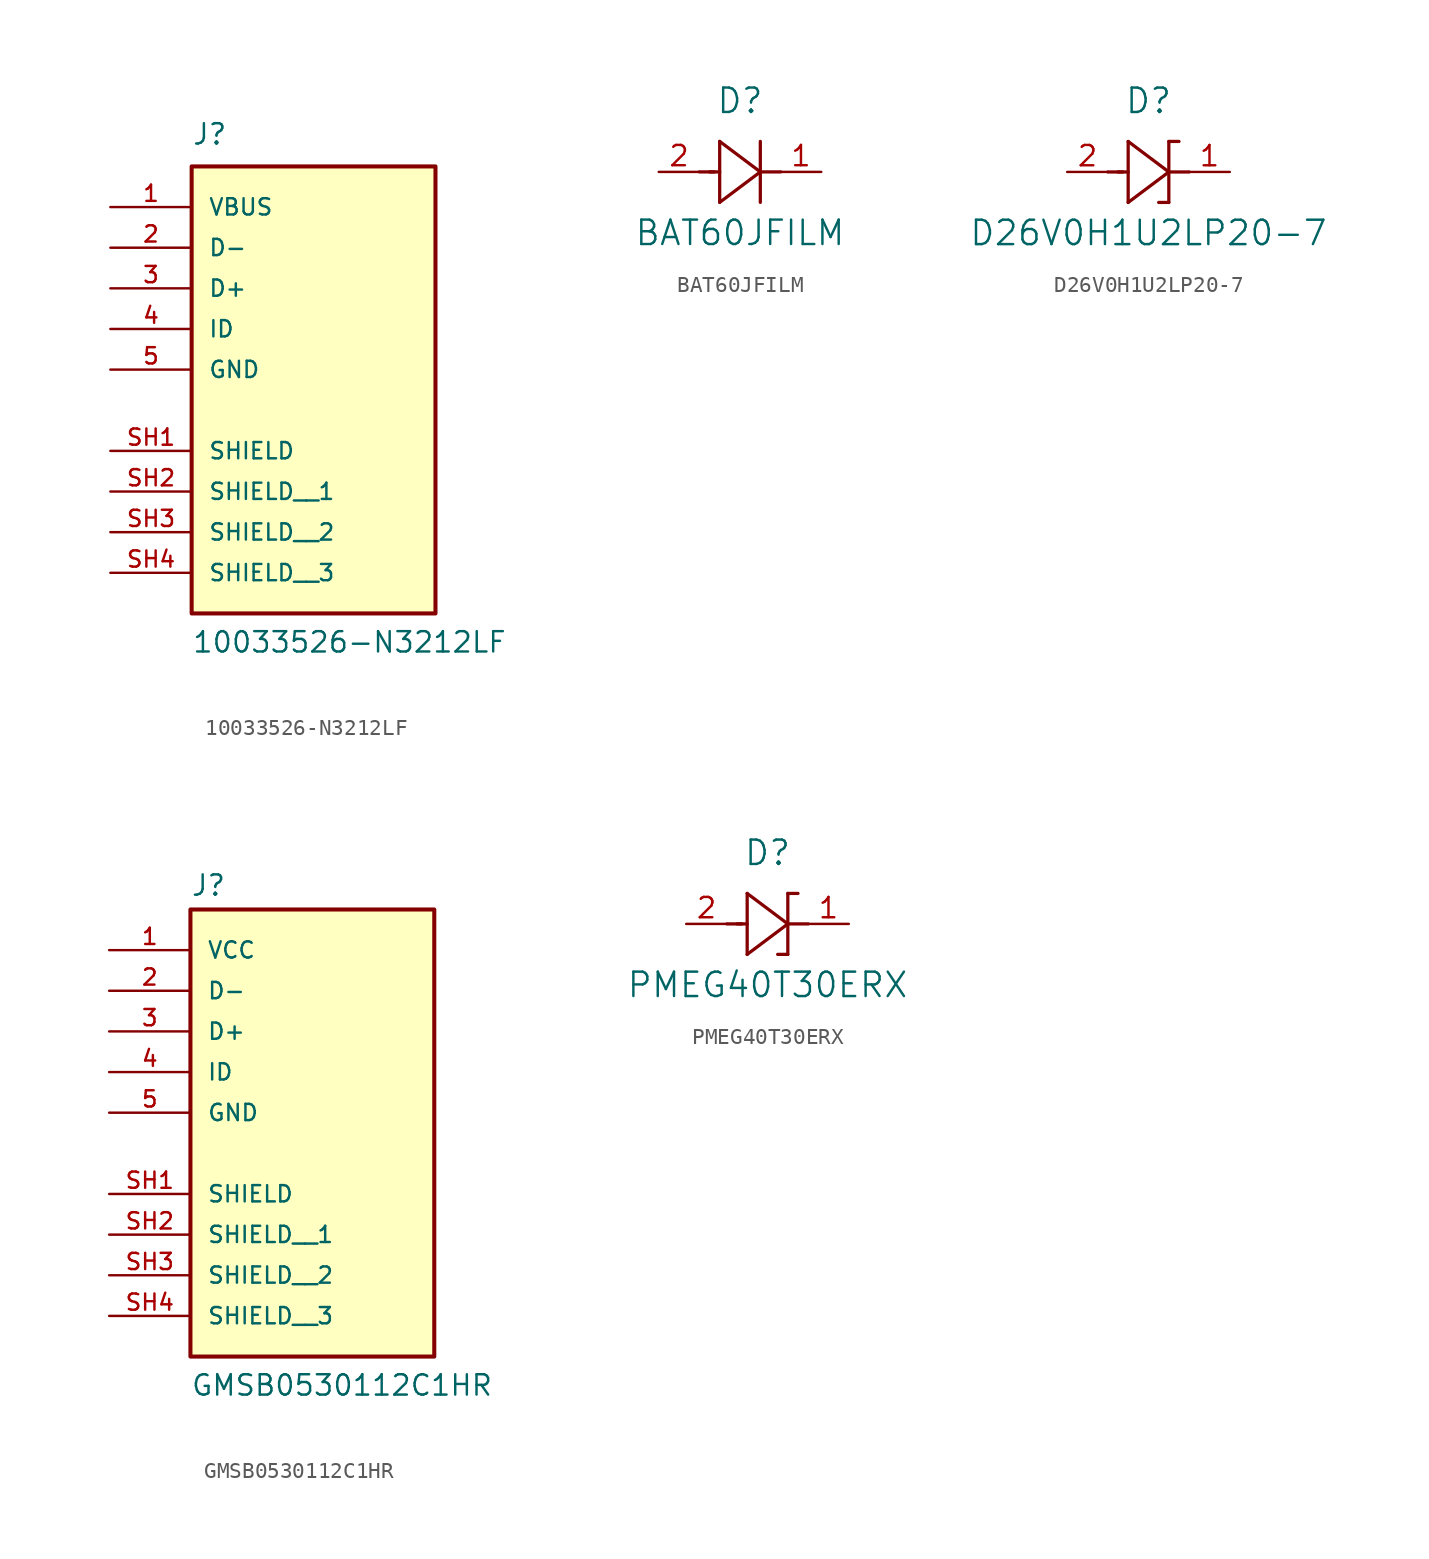
<source format=kicad_sym>
(kicad_symbol_lib
  (version 20220914)
  (generator kicad_symbol_editor)
  (symbol "10033526-N3212LF"
    (pin_names
      (offset 1.016))
    (property "Reference" "J"
      (at -7.62 11.43 0)
      (effects (font (size 1.27 1.27)) (justify left bottom)))
    (property "Value" "10033526-N3212LF"
      (at -7.62 -20.32 0)
      (effects (font (size 1.27 1.27)) (justify left bottom)))
    (symbol "10033526-N3212LF_0_0"
      (rectangle (start -7.62 -17.78) (end 7.62 10.16) (stroke (width 0.254) (type default)) (fill (type background)))
      (pin power_in line (at -12.7 7.62 0) (length 5.08) (name "VBUS" (effects (font (size 1.016 1.016)))) (number "1" (effects (font (size 1.016 1.016)))))
      (pin bidirectional line (at -12.7 5.08 0) (length 5.08) (name "D-" (effects (font (size 1.016 1.016)))) (number "2" (effects (font (size 1.016 1.016)))))
      (pin bidirectional line (at -12.7 2.54 0) (length 5.08) (name "D+" (effects (font (size 1.016 1.016)))) (number "3" (effects (font (size 1.016 1.016)))))
      (pin bidirectional line (at -12.7 0 0) (length 5.08) (name "ID" (effects (font (size 1.016 1.016)))) (number "4" (effects (font (size 1.016 1.016)))))
      (pin power_in line (at -12.7 -2.54 0) (length 5.08) (name "GND" (effects (font (size 1.016 1.016)))) (number "5" (effects (font (size 1.016 1.016)))))
      (pin passive line (at -12.7 -7.62 0) (length 5.08) (name "SHIELD" (effects (font (size 1.016 1.016)))) (number "SH1" (effects (font (size 1.016 1.016)))))
      (pin passive line (at -12.7 -10.16 0) (length 5.08) (name "SHIELD__1" (effects (font (size 1.016 1.016)))) (number "SH2" (effects (font (size 1.016 1.016)))))
      (pin passive line (at -12.7 -12.7 0) (length 5.08) (name "SHIELD__2" (effects (font (size 1.016 1.016)))) (number "SH3" (effects (font (size 1.016 1.016)))))
      (pin passive line (at -12.7 -15.24 0) (length 5.08) (name "SHIELD__3" (effects (font (size 1.016 1.016)))) (number "SH4" (effects (font (size 1.016 1.016)))))))
  (symbol "BAT60JFILM"
    (pin_names
      (offset 0.254))
    (property "Reference" "D"
      (at 5.08 4.445 0)
      (effects (font (size 1.524 1.524))))
    (property "Value" "BAT60JFILM"
      (at 5.08 -3.81 0)
      (effects (font (size 1.524 1.524))))
    (property "ki_locked" ""
      (at 0 0 0)
      (effects (font (size 1.27 1.27))))
    (symbol "BAT60JFILM_0_1"
      (polyline (pts (xy 2.54 0) (xy 3.48 0)) (stroke (width 0.203) (type default)) (fill (type none)))
      (polyline (pts (xy 3.175 0) (xy 3.81 0)) (stroke (width 0.203) (type default)) (fill (type none)))
      (polyline (pts (xy 3.81 -1.905) (xy 6.35 0)) (stroke (width 0.203) (type default)) (fill (type none)))
      (polyline (pts (xy 3.81 1.905) (xy 3.81 -1.905)) (stroke (width 0.203) (type default)) (fill (type none)))
      (polyline (pts (xy 6.35 -1.905) (xy 6.35 1.905)) (stroke (width 0.203) (type default)) (fill (type none)))
      (polyline (pts (xy 6.35 0) (xy 3.81 1.905)) (stroke (width 0.203) (type default)) (fill (type none)))
      (polyline (pts (xy 6.35 0) (xy 7.62 0)) (stroke (width 0.203) (type default)) (fill (type none))))
    (symbol "BAT60JFILM_1_1"
      (pin passive line (at 10.16 0 180) (length 2.54) (name "" (effects (font (size 1.27 1.27)))) (number "1" (effects (font (size 1.27 1.27)))))
      (pin passive line (at 0 0 0) (length 2.54) (name "" (effects (font (size 1.27 1.27)))) (number "2" (effects (font (size 1.27 1.27)))))))
  (symbol "D26V0H1U2LP20-7"
    (pin_names
      (offset 0.254))
    (property "Reference" "D"
      (at 5.08 4.445 0)
      (effects (font (size 1.524 1.524))))
    (property "Value" "D26V0H1U2LP20-7"
      (at 5.08 -3.81 0)
      (effects (font (size 1.524 1.524))))
    (property "ki_locked" ""
      (at 0 0 0)
      (effects (font (size 1.27 1.27))))
    (symbol "D26V0H1U2LP20-7_0_1"
      (polyline (pts (xy 2.54 0) (xy 3.48 0)) (stroke (width 0.203) (type default)) (fill (type none)))
      (polyline (pts (xy 3.175 0) (xy 3.81 0)) (stroke (width 0.203) (type default)) (fill (type none)))
      (polyline (pts (xy 3.81 -1.905) (xy 6.35 0)) (stroke (width 0.203) (type default)) (fill (type none)))
      (polyline (pts (xy 3.81 1.905) (xy 3.81 -1.905)) (stroke (width 0.203) (type default)) (fill (type none)))
      (polyline (pts (xy 6.35 -1.905) (xy 5.715 -1.905)) (stroke (width 0.203) (type default)) (fill (type none)))
      (polyline (pts (xy 6.35 -1.905) (xy 6.35 1.905)) (stroke (width 0.203) (type default)) (fill (type none)))
      (polyline (pts (xy 6.35 0) (xy 3.81 1.905)) (stroke (width 0.203) (type default)) (fill (type none)))
      (polyline (pts (xy 6.35 0) (xy 7.62 0)) (stroke (width 0.203) (type default)) (fill (type none)))
      (polyline (pts (xy 6.35 1.905) (xy 6.985 1.905)) (stroke (width 0.203) (type default)) (fill (type none))))
    (symbol "D26V0H1U2LP20-7_1_1"
      (pin passive line (at 10.16 0 180) (length 2.54) (name "" (effects (font (size 1.27 1.27)))) (number "1" (effects (font (size 1.27 1.27)))))
      (pin passive line (at 0 0 0) (length 2.54) (name "" (effects (font (size 1.27 1.27)))) (number "2" (effects (font (size 1.27 1.27)))))))
  (symbol "GMSB0530112C1HR"
    (pin_names
      (offset 1.016))
    (property "Reference" "J"
      (at -7.62 10.922 0)
      (effects (font (size 1.27 1.27)) (justify left bottom)))
    (property "Value" "GMSB0530112C1HR"
      (at -7.62 -20.32 0)
      (effects (font (size 1.27 1.27)) (justify left bottom)))
    (symbol "GMSB0530112C1HR_0_0"
      (rectangle (start -7.62 -17.78) (end 7.62 10.16) (stroke (width 0.254) (type default)) (fill (type background)))
      (pin power_in line (at -12.7 7.62 0) (length 5.08) (name "VCC" (effects (font (size 1.016 1.016)))) (number "1" (effects (font (size 1.016 1.016)))))
      (pin bidirectional line (at -12.7 5.08 0) (length 5.08) (name "D-" (effects (font (size 1.016 1.016)))) (number "2" (effects (font (size 1.016 1.016)))))
      (pin bidirectional line (at -12.7 2.54 0) (length 5.08) (name "D+" (effects (font (size 1.016 1.016)))) (number "3" (effects (font (size 1.016 1.016)))))
      (pin bidirectional line (at -12.7 0 0) (length 5.08) (name "ID" (effects (font (size 1.016 1.016)))) (number "4" (effects (font (size 1.016 1.016)))))
      (pin power_in line (at -12.7 -2.54 0) (length 5.08) (name "GND" (effects (font (size 1.016 1.016)))) (number "5" (effects (font (size 1.016 1.016)))))
      (pin passive line (at -12.7 -7.62 0) (length 5.08) (name "SHIELD" (effects (font (size 1.016 1.016)))) (number "SH1" (effects (font (size 1.016 1.016)))))
      (pin passive line (at -12.7 -10.16 0) (length 5.08) (name "SHIELD__1" (effects (font (size 1.016 1.016)))) (number "SH2" (effects (font (size 1.016 1.016)))))
      (pin passive line (at -12.7 -12.7 0) (length 5.08) (name "SHIELD__2" (effects (font (size 1.016 1.016)))) (number "SH3" (effects (font (size 1.016 1.016)))))
      (pin passive line (at -12.7 -15.24 0) (length 5.08) (name "SHIELD__3" (effects (font (size 1.016 1.016)))) (number "SH4" (effects (font (size 1.016 1.016)))))))
  (symbol "PMEG40T30ERX"
    (pin_names
      (offset 0.254))
    (property "Reference" "D"
      (at 5.08 4.445 0)
      (effects (font (size 1.524 1.524))))
    (property "Value" "PMEG40T30ERX"
      (at 5.08 -3.81 0)
      (effects (font (size 1.524 1.524))))
    (property "ki_locked" ""
      (at 0 0 0)
      (effects (font (size 1.27 1.27))))
    (symbol "PMEG40T30ERX_0_1"
      (polyline (pts (xy 2.54 0) (xy 3.48 0)) (stroke (width 0.203) (type default)) (fill (type none)))
      (polyline (pts (xy 3.175 0) (xy 3.81 0)) (stroke (width 0.203) (type default)) (fill (type none)))
      (polyline (pts (xy 3.81 -1.905) (xy 6.35 0)) (stroke (width 0.203) (type default)) (fill (type none)))
      (polyline (pts (xy 3.81 1.905) (xy 3.81 -1.905)) (stroke (width 0.203) (type default)) (fill (type none)))
      (polyline (pts (xy 6.35 -1.905) (xy 5.715 -1.905)) (stroke (width 0.203) (type default)) (fill (type none)))
      (polyline (pts (xy 6.35 -1.905) (xy 6.35 1.905)) (stroke (width 0.203) (type default)) (fill (type none)))
      (polyline (pts (xy 6.35 0) (xy 3.81 1.905)) (stroke (width 0.203) (type default)) (fill (type none)))
      (polyline (pts (xy 6.35 0) (xy 7.62 0)) (stroke (width 0.203) (type default)) (fill (type none)))
      (polyline (pts (xy 6.35 1.905) (xy 6.985 1.905)) (stroke (width 0.203) (type default)) (fill (type none))))
    (symbol "PMEG40T30ERX_1_1"
      (pin passive line (at 10.16 0 180) (length 2.54) (name "" (effects (font (size 1.27 1.27)))) (number "1" (effects (font (size 1.27 1.27)))))
      (pin passive line (at 0 0 0) (length 2.54) (name "" (effects (font (size 1.27 1.27)))) (number "2" (effects (font (size 1.27 1.27))))))))
</source>
